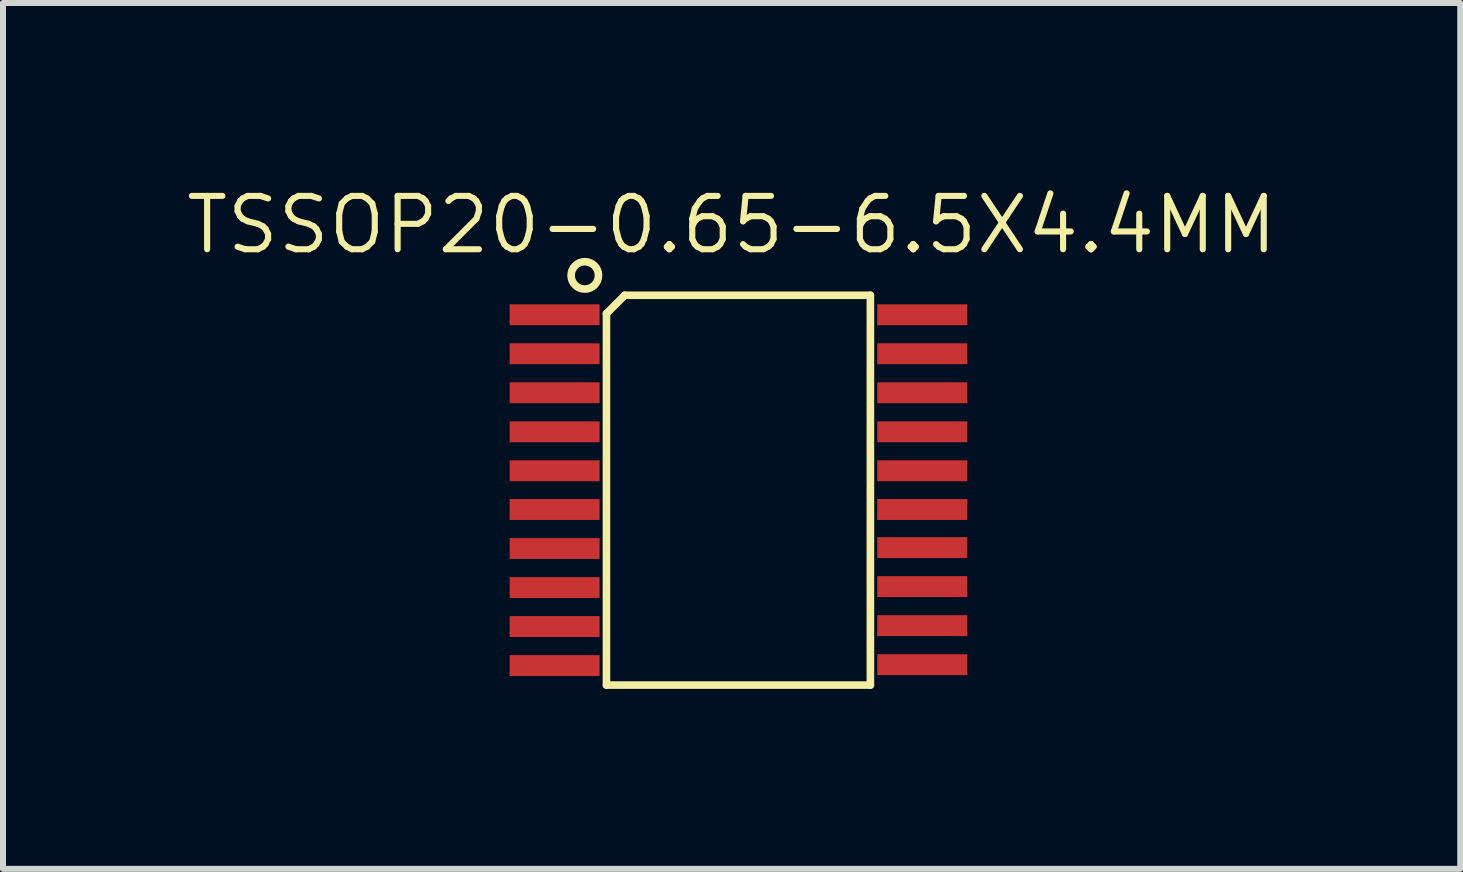
<source format=kicad_pcb>
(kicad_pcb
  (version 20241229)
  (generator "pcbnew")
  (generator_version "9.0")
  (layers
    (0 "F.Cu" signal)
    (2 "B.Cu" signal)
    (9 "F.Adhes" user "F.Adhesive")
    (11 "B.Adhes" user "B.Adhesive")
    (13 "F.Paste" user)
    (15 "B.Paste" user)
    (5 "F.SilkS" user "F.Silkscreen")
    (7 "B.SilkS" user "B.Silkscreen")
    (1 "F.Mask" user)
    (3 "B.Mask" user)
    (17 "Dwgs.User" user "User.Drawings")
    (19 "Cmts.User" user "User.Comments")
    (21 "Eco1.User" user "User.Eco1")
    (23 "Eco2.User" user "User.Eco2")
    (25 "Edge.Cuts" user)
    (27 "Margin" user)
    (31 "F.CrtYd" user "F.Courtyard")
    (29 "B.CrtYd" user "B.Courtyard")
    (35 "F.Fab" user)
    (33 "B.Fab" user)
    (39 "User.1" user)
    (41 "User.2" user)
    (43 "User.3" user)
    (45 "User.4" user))
  (footprint "TSSOP20-0.65-6.5X4.4MM"
    (layer "F.Cu")
    (at 9.144 5.27)
    (property "Reference" "TSSOP20-0.65-6.5X4.4MM" (at 0 -4.572 0) (layer "F.SilkS") (effects (font (size 0.889 0.889) (thickness 0.102))))
    (attr smd)
    (fp_line (start -2.086 -3.094) (end -1.781 -3.399) (stroke (width 0.127) (type solid)) (layer "F.SilkS"))
    (fp_line (start -2.086 3.098) (end -2.086 -3.094) (stroke (width 0.127) (type solid)) (layer "F.SilkS"))
    (fp_line (start -1.781 -3.399) (end 2.313 -3.399) (stroke (width 0.127) (type solid)) (layer "F.SilkS"))
    (fp_line (start 2.313 -3.399) (end 2.313 3.098) (stroke (width 0.127) (type solid)) (layer "F.SilkS"))
    (fp_line (start 2.313 3.098) (end -2.086 3.098) (stroke (width 0.127) (type solid)) (layer "F.SilkS"))
    (fp_circle (center -2.447 -3.73) (end -2.557 -3.53) (stroke (width 0.127) (type solid)) (fill no) (layer "F.SilkS"))
    (pad "1" smd rect (at -2.95 -3.074) (size 1.499 0.348) (layers "F.Cu" "F.Mask" "F.Paste"))
    (pad "2" smd rect (at -2.95 -2.424) (size 1.499 0.348) (layers "F.Cu" "F.Mask" "F.Paste"))
    (pad "3" smd rect (at -2.95 -1.774) (size 1.499 0.348) (layers "F.Cu" "F.Mask" "F.Paste"))
    (pad "4" smd rect (at -2.95 -1.123) (size 1.499 0.348) (layers "F.Cu" "F.Mask" "F.Paste"))
    (pad "5" smd rect (at -2.95 -0.473) (size 1.499 0.348) (layers "F.Cu" "F.Mask" "F.Paste"))
    (pad "6" smd rect (at -2.95 0.172) (size 1.499 0.348) (layers "F.Cu" "F.Mask" "F.Paste"))
    (pad "7" smd rect (at -2.95 0.822) (size 1.499 0.348) (layers "F.Cu" "F.Mask" "F.Paste"))
    (pad "8" smd rect (at -2.95 1.473) (size 1.499 0.348) (layers "F.Cu" "F.Mask" "F.Paste"))
    (pad "9" smd rect (at -2.95 2.123) (size 1.499 0.348) (layers "F.Cu" "F.Mask" "F.Paste"))
    (pad "10" smd rect (at -2.95 2.773) (size 1.499 0.348) (layers "F.Cu" "F.Mask" "F.Paste"))
    (pad "11" smd rect (at 3.177 2.758) (size 1.499 0.348) (layers "F.Cu" "F.Mask" "F.Paste"))
    (pad "12" smd rect (at 3.177 2.108) (size 1.499 0.348) (layers "F.Cu" "F.Mask" "F.Paste"))
    (pad "13" smd rect (at 3.177 1.457) (size 1.499 0.348) (layers "F.Cu" "F.Mask" "F.Paste"))
    (pad "14" smd rect (at 3.177 0.807) (size 1.499 0.348) (layers "F.Cu" "F.Mask" "F.Paste"))
    (pad "15" smd rect (at 3.177 0.172) (size 1.499 0.348) (layers "F.Cu" "F.Mask" "F.Paste"))
    (pad "16" smd rect (at 3.177 -0.473) (size 1.499 0.348) (layers "F.Cu" "F.Mask" "F.Paste"))
    (pad "17" smd rect (at 3.177 -1.123) (size 1.499 0.348) (layers "F.Cu" "F.Mask" "F.Paste"))
    (pad "18" smd rect (at 3.177 -1.774) (size 1.499 0.348) (layers "F.Cu" "F.Mask" "F.Paste"))
    (pad "19" smd rect (at 3.177 -2.424) (size 1.499 0.348) (layers "F.Cu" "F.Mask" "F.Paste"))
    (pad "20" smd rect (at 3.177 -3.074) (size 1.499 0.348) (layers "F.Cu" "F.Mask" "F.Paste")))
  (gr_rect
    (start -3 -3)
    (end 21.288 11.432)
    (stroke (width 0.1) (type default))
    (fill no)
    (layer "Edge.Cuts")))
</source>
